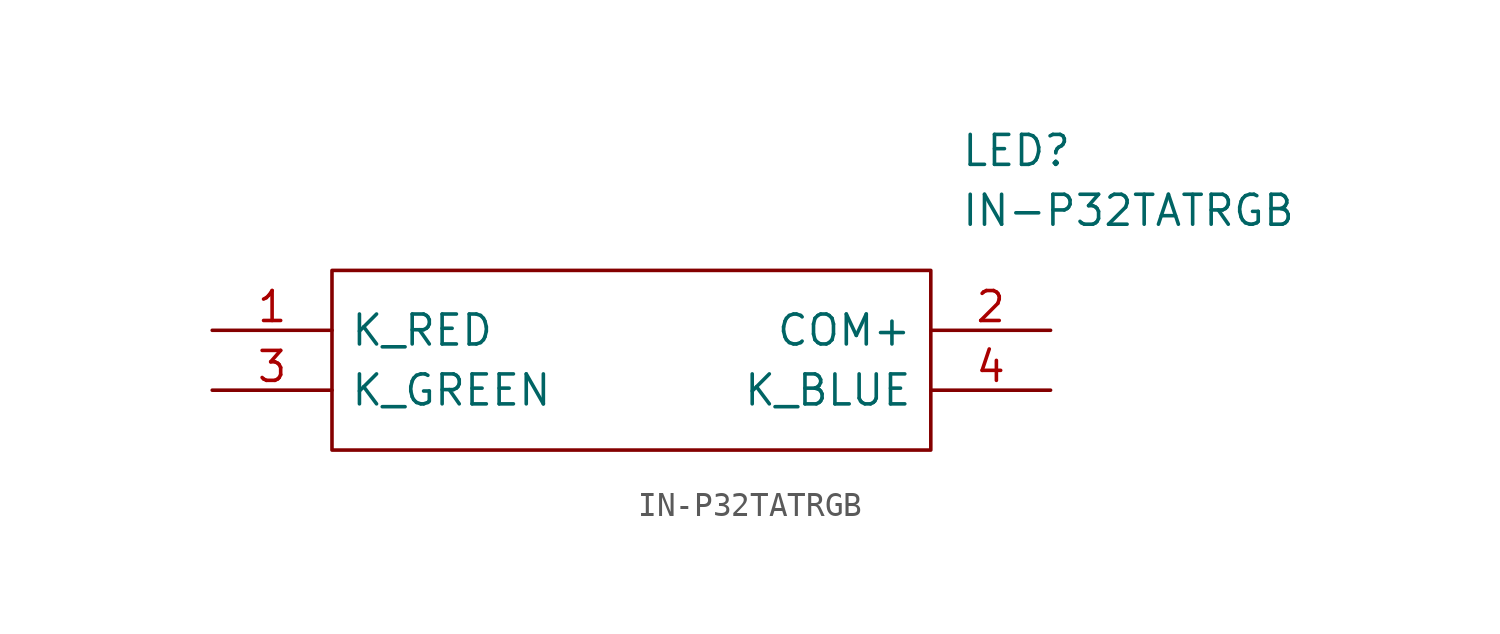
<source format=kicad_sym>
(kicad_symbol_lib
  (version 20211014)
  (generator kicad_symbol_editor)
  (symbol "IN-P32TATRGB"
    (pin_names
      (offset 0.762))
    (property "Reference" "LED"
      (at 31.75 7.62 0)
      (effects (font (size 1.27 1.27)) (justify left)))
    (property "Value" "IN-P32TATRGB"
      (at 31.75 5.08 0)
      (effects (font (size 1.27 1.27)) (justify left)))
    (symbol "IN-P32TATRGB_0_0"
      (pin passive line (at 0 0 0) (length 5.08) (name "K_RED" (effects (font (size 1.27 1.27)))) (number "1" (effects (font (size 1.27 1.27)))))
      (pin passive line (at 35.56 0 180) (length 5.08) (name "COM+" (effects (font (size 1.27 1.27)))) (number "2" (effects (font (size 1.27 1.27)))))
      (pin passive line (at 0 -2.54 0) (length 5.08) (name "K_GREEN" (effects (font (size 1.27 1.27)))) (number "3" (effects (font (size 1.27 1.27)))))
      (pin passive line (at 35.56 -2.54 180) (length 5.08) (name "K_BLUE" (effects (font (size 1.27 1.27)))) (number "4" (effects (font (size 1.27 1.27))))))
    (symbol "IN-P32TATRGB_0_1"
      (polyline (pts (xy 5.08 2.54) (xy 30.48 2.54) (xy 30.48 -5.08) (xy 5.08 -5.08) (xy 5.08 2.54)) (stroke (width 0.152) (type default) (color 0 0 0 0)) (fill (type none))))))
</source>
